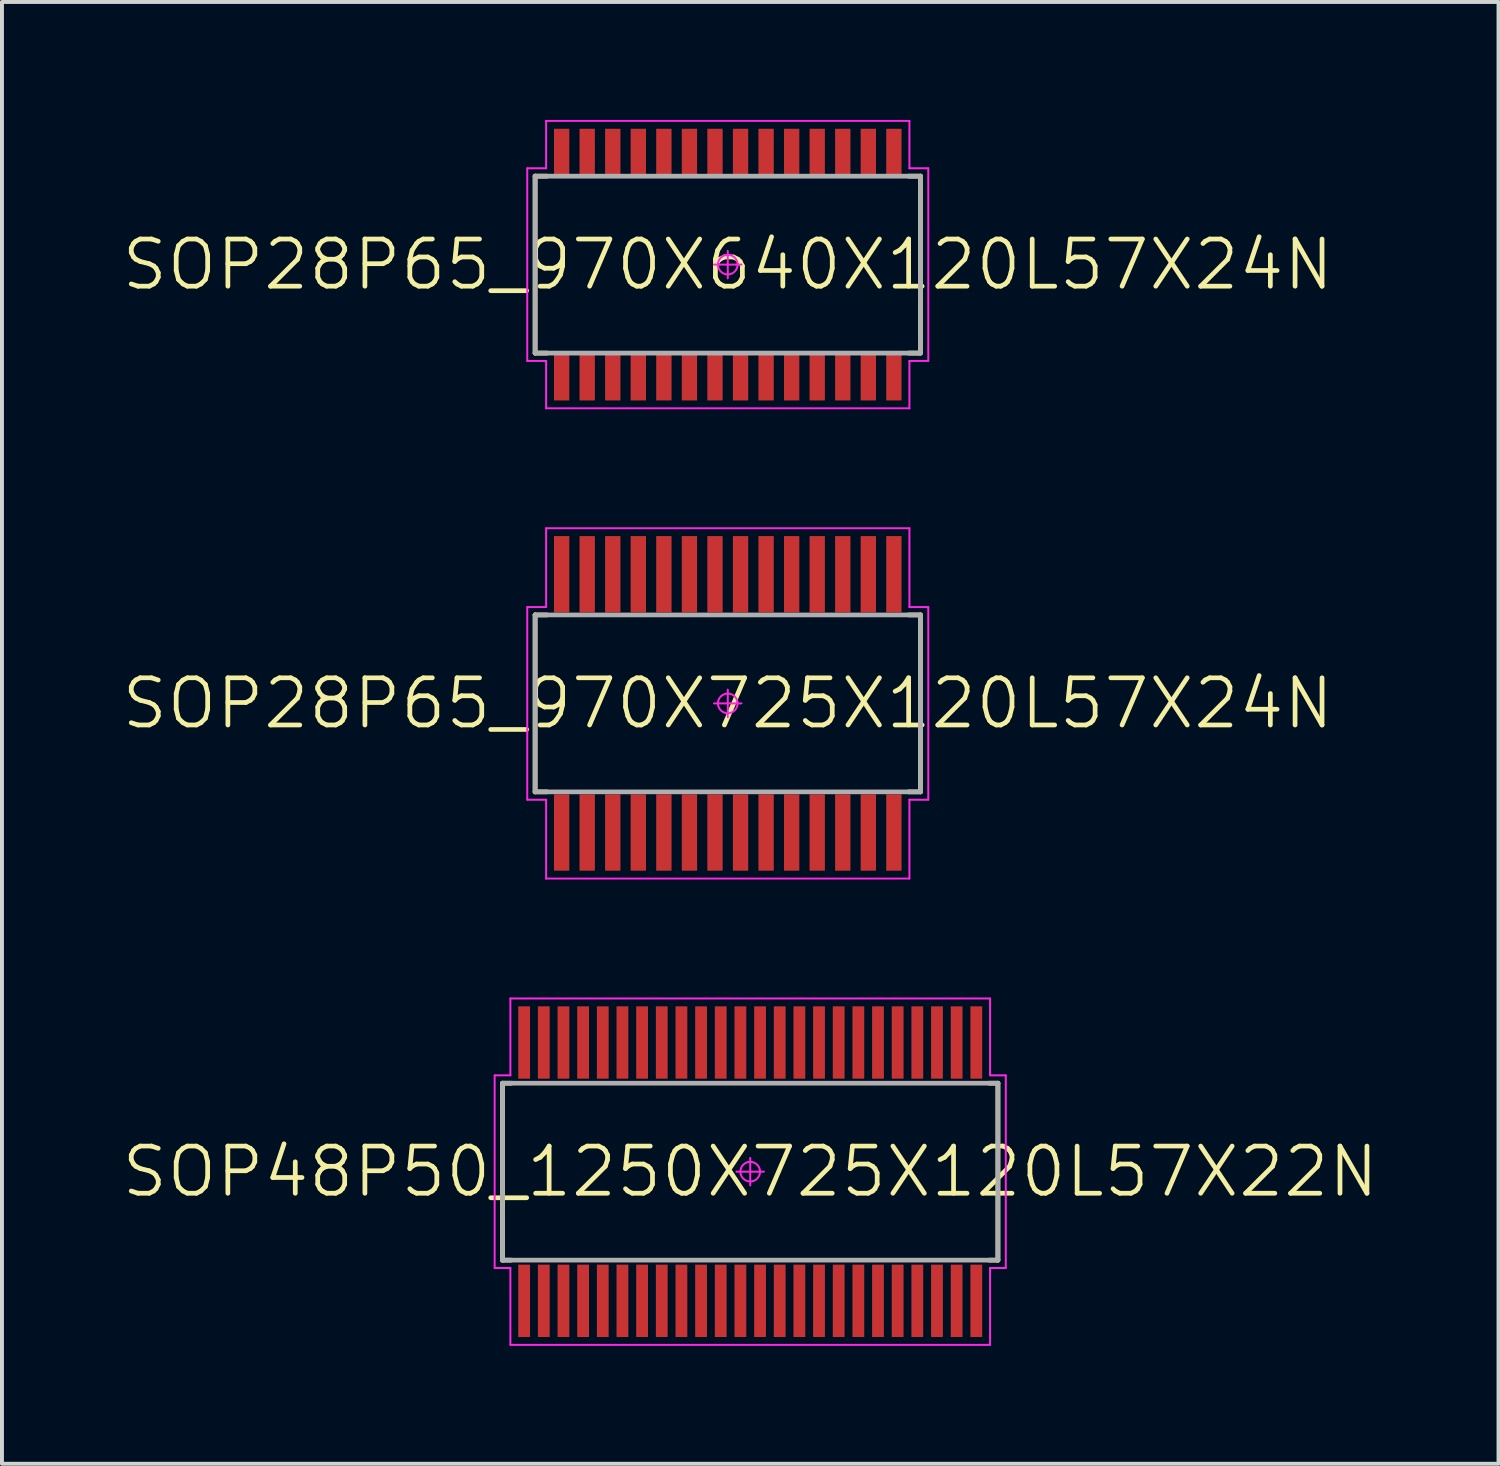
<source format=kicad_pcb>
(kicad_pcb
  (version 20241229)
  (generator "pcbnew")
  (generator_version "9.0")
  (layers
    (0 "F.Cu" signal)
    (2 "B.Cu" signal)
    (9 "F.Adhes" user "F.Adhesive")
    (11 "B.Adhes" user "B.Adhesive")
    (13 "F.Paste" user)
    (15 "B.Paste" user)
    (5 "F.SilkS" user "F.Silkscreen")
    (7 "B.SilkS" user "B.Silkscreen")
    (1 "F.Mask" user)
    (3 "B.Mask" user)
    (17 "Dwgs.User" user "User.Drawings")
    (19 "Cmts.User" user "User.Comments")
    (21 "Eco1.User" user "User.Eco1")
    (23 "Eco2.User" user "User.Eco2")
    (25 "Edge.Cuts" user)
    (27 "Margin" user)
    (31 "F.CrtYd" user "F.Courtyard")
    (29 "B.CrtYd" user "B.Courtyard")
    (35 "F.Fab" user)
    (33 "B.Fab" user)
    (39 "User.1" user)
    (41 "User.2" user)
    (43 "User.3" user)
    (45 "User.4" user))
  (footprint "SOP48P50_1250X725X120L57X22N"
    (layer "F.Cu")
    (at 16.031 26.75)
    (property "Reference" "SOP48P50_1250X725X120L57X22N" (at 0 0 0) (layer "F.SilkS") (effects (font (size 1.2 1.2) (thickness 0.12))))
    (attr smd)
    (fp_line (start -6.3 -2.25) (end -6.08 -2.25) (stroke (width 0.12) (type solid)) (layer "F.SilkS"))
    (fp_line (start -6.3 2.25) (end -6.3 -2.25) (stroke (width 0.12) (type solid)) (layer "F.SilkS"))
    (fp_line (start -6.08 2.25) (end -6.3 2.25) (stroke (width 0.12) (type solid)) (layer "F.SilkS"))
    (fp_line (start 6.08 2.25) (end 6.3 2.25) (stroke (width 0.12) (type solid)) (layer "F.SilkS"))
    (fp_line (start 6.3 -2.25) (end 6.08 -2.25) (stroke (width 0.12) (type solid)) (layer "F.SilkS"))
    (fp_line (start 6.3 2.25) (end 6.3 -2.25) (stroke (width 0.12) (type solid)) (layer "F.SilkS"))
    (fp_line (start -6.5 -2.45) (end -6.5 2.45) (stroke (width 0.05) (type solid)) (layer "F.CrtYd"))
    (fp_line (start -6.5 2.45) (end -6.1 2.45) (stroke (width 0.05) (type solid)) (layer "F.CrtYd"))
    (fp_line (start -6.1 -4.405) (end -6.1 -2.45) (stroke (width 0.05) (type solid)) (layer "F.CrtYd"))
    (fp_line (start -6.1 -2.45) (end -6.5 -2.45) (stroke (width 0.05) (type solid)) (layer "F.CrtYd"))
    (fp_line (start -6.1 2.45) (end -6.1 4.405) (stroke (width 0.05) (type solid)) (layer "F.CrtYd"))
    (fp_line (start -6.1 4.405) (end 6.1 4.405) (stroke (width 0.05) (type solid)) (layer "F.CrtYd"))
    (fp_line (start -0.35 0) (end 0.35 0) (stroke (width 0.05) (type solid)) (layer "F.CrtYd"))
    (fp_line (start 0 -0.35) (end 0 0.35) (stroke (width 0.05) (type solid)) (layer "F.CrtYd"))
    (fp_line (start 6.1 -4.405) (end -6.1 -4.405) (stroke (width 0.05) (type solid)) (layer "F.CrtYd"))
    (fp_line (start 6.1 -2.45) (end 6.1 -4.405) (stroke (width 0.05) (type solid)) (layer "F.CrtYd"))
    (fp_line (start 6.1 2.45) (end 6.5 2.45) (stroke (width 0.05) (type solid)) (layer "F.CrtYd"))
    (fp_line (start 6.1 4.405) (end 6.1 2.45) (stroke (width 0.05) (type solid)) (layer "F.CrtYd"))
    (fp_line (start 6.5 -2.45) (end 6.1 -2.45) (stroke (width 0.05) (type solid)) (layer "F.CrtYd"))
    (fp_line (start 6.5 2.45) (end 6.5 -2.45) (stroke (width 0.05) (type solid)) (layer "F.CrtYd"))
    (fp_circle (center 0 0) (end 0 0.25) (stroke (width 0.05) (type solid)) (fill no) (layer "F.CrtYd"))
    (fp_line (start -6.3 -2.25) (end 6.3 -2.25) (stroke (width 0.12) (type solid)) (layer "F.Fab"))
    (fp_line (start -6.3 2.25) (end -6.3 -2.25) (stroke (width 0.12) (type solid)) (layer "F.Fab"))
    (fp_line (start 6.3 -2.25) (end 6.3 2.25) (stroke (width 0.12) (type solid)) (layer "F.Fab"))
    (fp_line (start 6.3 2.25) (end -6.3 2.25) (stroke (width 0.12) (type solid)) (layer "F.Fab"))
    (pad "1" smd rect (at -5.75 3.285 90) (size 1.84 0.3) (layers "F.Cu" "F.Mask" "F.Paste"))
    (pad "2" smd rect (at -5.25 3.285 90) (size 1.84 0.3) (layers "F.Cu" "F.Mask" "F.Paste"))
    (pad "3" smd rect (at -4.75 3.285 90) (size 1.84 0.3) (layers "F.Cu" "F.Mask" "F.Paste"))
    (pad "4" smd rect (at -4.25 3.285 90) (size 1.84 0.3) (layers "F.Cu" "F.Mask" "F.Paste"))
    (pad "5" smd rect (at -3.75 3.285 90) (size 1.84 0.3) (layers "F.Cu" "F.Mask" "F.Paste"))
    (pad "6" smd rect (at -3.25 3.285 90) (size 1.84 0.3) (layers "F.Cu" "F.Mask" "F.Paste"))
    (pad "7" smd rect (at -2.75 3.285 90) (size 1.84 0.3) (layers "F.Cu" "F.Mask" "F.Paste"))
    (pad "8" smd rect (at -2.25 3.285 90) (size 1.84 0.3) (layers "F.Cu" "F.Mask" "F.Paste"))
    (pad "9" smd rect (at -1.75 3.285 90) (size 1.84 0.3) (layers "F.Cu" "F.Mask" "F.Paste"))
    (pad "10" smd rect (at -1.25 3.285 90) (size 1.84 0.3) (layers "F.Cu" "F.Mask" "F.Paste"))
    (pad "11" smd rect (at -0.75 3.285 90) (size 1.84 0.3) (layers "F.Cu" "F.Mask" "F.Paste"))
    (pad "12" smd rect (at -0.25 3.285 90) (size 1.84 0.3) (layers "F.Cu" "F.Mask" "F.Paste"))
    (pad "13" smd rect (at 0.25 3.285 90) (size 1.84 0.3) (layers "F.Cu" "F.Mask" "F.Paste"))
    (pad "14" smd rect (at 0.75 3.285 90) (size 1.84 0.3) (layers "F.Cu" "F.Mask" "F.Paste"))
    (pad "15" smd rect (at 1.25 3.285 90) (size 1.84 0.3) (layers "F.Cu" "F.Mask" "F.Paste"))
    (pad "16" smd rect (at 1.75 3.285 90) (size 1.84 0.3) (layers "F.Cu" "F.Mask" "F.Paste"))
    (pad "17" smd rect (at 2.25 3.285 90) (size 1.84 0.3) (layers "F.Cu" "F.Mask" "F.Paste"))
    (pad "18" smd rect (at 2.75 3.285 90) (size 1.84 0.3) (layers "F.Cu" "F.Mask" "F.Paste"))
    (pad "19" smd rect (at 3.25 3.285 90) (size 1.84 0.3) (layers "F.Cu" "F.Mask" "F.Paste"))
    (pad "20" smd rect (at 3.75 3.285 90) (size 1.84 0.3) (layers "F.Cu" "F.Mask" "F.Paste"))
    (pad "21" smd rect (at 4.25 3.285 90) (size 1.84 0.3) (layers "F.Cu" "F.Mask" "F.Paste"))
    (pad "22" smd rect (at 4.75 3.285 90) (size 1.84 0.3) (layers "F.Cu" "F.Mask" "F.Paste"))
    (pad "23" smd rect (at 5.25 3.285 90) (size 1.84 0.3) (layers "F.Cu" "F.Mask" "F.Paste"))
    (pad "24" smd rect (at 5.75 3.285 90) (size 1.84 0.3) (layers "F.Cu" "F.Mask" "F.Paste"))
    (pad "25" smd rect (at 5.75 -3.285 90) (size 1.84 0.3) (layers "F.Cu" "F.Mask" "F.Paste"))
    (pad "26" smd rect (at 5.25 -3.285 90) (size 1.84 0.3) (layers "F.Cu" "F.Mask" "F.Paste"))
    (pad "27" smd rect (at 4.75 -3.285 90) (size 1.84 0.3) (layers "F.Cu" "F.Mask" "F.Paste"))
    (pad "28" smd rect (at 4.25 -3.285 90) (size 1.84 0.3) (layers "F.Cu" "F.Mask" "F.Paste"))
    (pad "29" smd rect (at 3.75 -3.285 90) (size 1.84 0.3) (layers "F.Cu" "F.Mask" "F.Paste"))
    (pad "30" smd rect (at 3.25 -3.285 90) (size 1.84 0.3) (layers "F.Cu" "F.Mask" "F.Paste"))
    (pad "31" smd rect (at 2.75 -3.285 90) (size 1.84 0.3) (layers "F.Cu" "F.Mask" "F.Paste"))
    (pad "32" smd rect (at 2.25 -3.285 90) (size 1.84 0.3) (layers "F.Cu" "F.Mask" "F.Paste"))
    (pad "33" smd rect (at 1.75 -3.285 90) (size 1.84 0.3) (layers "F.Cu" "F.Mask" "F.Paste"))
    (pad "34" smd rect (at 1.25 -3.285 90) (size 1.84 0.3) (layers "F.Cu" "F.Mask" "F.Paste"))
    (pad "35" smd rect (at 0.75 -3.285 90) (size 1.84 0.3) (layers "F.Cu" "F.Mask" "F.Paste"))
    (pad "36" smd rect (at 0.25 -3.285 90) (size 1.84 0.3) (layers "F.Cu" "F.Mask" "F.Paste"))
    (pad "37" smd rect (at -0.25 -3.285 90) (size 1.84 0.3) (layers "F.Cu" "F.Mask" "F.Paste"))
    (pad "38" smd rect (at -0.75 -3.285 90) (size 1.84 0.3) (layers "F.Cu" "F.Mask" "F.Paste"))
    (pad "39" smd rect (at -1.25 -3.285 90) (size 1.84 0.3) (layers "F.Cu" "F.Mask" "F.Paste"))
    (pad "40" smd rect (at -1.75 -3.285 90) (size 1.84 0.3) (layers "F.Cu" "F.Mask" "F.Paste"))
    (pad "41" smd rect (at -2.25 -3.285 90) (size 1.84 0.3) (layers "F.Cu" "F.Mask" "F.Paste"))
    (pad "42" smd rect (at -2.75 -3.285 90) (size 1.84 0.3) (layers "F.Cu" "F.Mask" "F.Paste"))
    (pad "43" smd rect (at -3.25 -3.285 90) (size 1.84 0.3) (layers "F.Cu" "F.Mask" "F.Paste"))
    (pad "44" smd rect (at -3.75 -3.285 90) (size 1.84 0.3) (layers "F.Cu" "F.Mask" "F.Paste"))
    (pad "45" smd rect (at -4.25 -3.285 90) (size 1.84 0.3) (layers "F.Cu" "F.Mask" "F.Paste"))
    (pad "46" smd rect (at -4.75 -3.285 90) (size 1.84 0.3) (layers "F.Cu" "F.Mask" "F.Paste"))
    (pad "47" smd rect (at -5.25 -3.285 90) (size 1.84 0.3) (layers "F.Cu" "F.Mask" "F.Paste"))
    (pad "48" smd rect (at -5.75 -3.285 90) (size 1.84 0.3) (layers "F.Cu" "F.Mask" "F.Paste")))
  (footprint "SOP28P65_970X640X120L57X24N"
    (layer "F.Cu")
    (at 15.46 3.68)
    (property "Reference" "SOP28P65_970X640X120L57X24N" (at 0 0 0) (layer "F.SilkS") (effects (font (size 1.2 1.2) (thickness 0.12))))
    (attr smd)
    (fp_line (start -4.9 -2.25) (end -4.6 -2.25) (stroke (width 0.12) (type solid)) (layer "F.SilkS"))
    (fp_line (start -4.9 2.25) (end -4.9 -2.25) (stroke (width 0.12) (type solid)) (layer "F.SilkS"))
    (fp_line (start -4.6 2.25) (end -4.9 2.25) (stroke (width 0.12) (type solid)) (layer "F.SilkS"))
    (fp_line (start 4.6 2.25) (end 4.9 2.25) (stroke (width 0.12) (type solid)) (layer "F.SilkS"))
    (fp_line (start 4.9 -2.25) (end 4.6 -2.25) (stroke (width 0.12) (type solid)) (layer "F.SilkS"))
    (fp_line (start 4.9 2.25) (end 4.9 -2.25) (stroke (width 0.12) (type solid)) (layer "F.SilkS"))
    (fp_line (start -5.1 -2.45) (end -5.1 2.45) (stroke (width 0.05) (type solid)) (layer "F.CrtYd"))
    (fp_line (start -5.1 2.45) (end -4.62 2.45) (stroke (width 0.05) (type solid)) (layer "F.CrtYd"))
    (fp_line (start -4.62 -3.655) (end -4.62 -2.45) (stroke (width 0.05) (type solid)) (layer "F.CrtYd"))
    (fp_line (start -4.62 -2.45) (end -5.1 -2.45) (stroke (width 0.05) (type solid)) (layer "F.CrtYd"))
    (fp_line (start -4.62 2.45) (end -4.62 3.655) (stroke (width 0.05) (type solid)) (layer "F.CrtYd"))
    (fp_line (start -4.62 3.655) (end 4.62 3.655) (stroke (width 0.05) (type solid)) (layer "F.CrtYd"))
    (fp_line (start -0.35 0) (end 0.35 0) (stroke (width 0.05) (type solid)) (layer "F.CrtYd"))
    (fp_line (start 0 -0.35) (end 0 0.35) (stroke (width 0.05) (type solid)) (layer "F.CrtYd"))
    (fp_line (start 4.62 -3.655) (end -4.62 -3.655) (stroke (width 0.05) (type solid)) (layer "F.CrtYd"))
    (fp_line (start 4.62 -2.45) (end 4.62 -3.655) (stroke (width 0.05) (type solid)) (layer "F.CrtYd"))
    (fp_line (start 4.62 2.45) (end 5.1 2.45) (stroke (width 0.05) (type solid)) (layer "F.CrtYd"))
    (fp_line (start 4.62 3.655) (end 4.62 2.45) (stroke (width 0.05) (type solid)) (layer "F.CrtYd"))
    (fp_line (start 5.1 -2.45) (end 4.62 -2.45) (stroke (width 0.05) (type solid)) (layer "F.CrtYd"))
    (fp_line (start 5.1 2.45) (end 5.1 -2.45) (stroke (width 0.05) (type solid)) (layer "F.CrtYd"))
    (fp_circle (center 0 0) (end 0 0.25) (stroke (width 0.05) (type solid)) (fill no) (layer "F.CrtYd"))
    (fp_line (start -4.9 -2.25) (end 4.9 -2.25) (stroke (width 0.12) (type solid)) (layer "F.Fab"))
    (fp_line (start -4.9 2.25) (end -4.9 -2.25) (stroke (width 0.12) (type solid)) (layer "F.Fab"))
    (fp_line (start 4.9 -2.25) (end 4.9 2.25) (stroke (width 0.12) (type solid)) (layer "F.Fab"))
    (fp_line (start 4.9 2.25) (end -4.9 2.25) (stroke (width 0.12) (type solid)) (layer "F.Fab"))
    (pad "1" smd rect (at -4.225 2.84 90) (size 1.23 0.39) (layers "F.Cu" "F.Mask" "F.Paste"))
    (pad "2" smd rect (at -3.575 2.84 90) (size 1.23 0.39) (layers "F.Cu" "F.Mask" "F.Paste"))
    (pad "3" smd rect (at -2.925 2.84 90) (size 1.23 0.39) (layers "F.Cu" "F.Mask" "F.Paste"))
    (pad "4" smd rect (at -2.275 2.84 90) (size 1.23 0.39) (layers "F.Cu" "F.Mask" "F.Paste"))
    (pad "5" smd rect (at -1.625 2.84 90) (size 1.23 0.39) (layers "F.Cu" "F.Mask" "F.Paste"))
    (pad "6" smd rect (at -0.975 2.84 90) (size 1.23 0.39) (layers "F.Cu" "F.Mask" "F.Paste"))
    (pad "7" smd rect (at -0.325 2.84 90) (size 1.23 0.39) (layers "F.Cu" "F.Mask" "F.Paste"))
    (pad "8" smd rect (at 0.325 2.84 90) (size 1.23 0.39) (layers "F.Cu" "F.Mask" "F.Paste"))
    (pad "9" smd rect (at 0.975 2.84 90) (size 1.23 0.39) (layers "F.Cu" "F.Mask" "F.Paste"))
    (pad "10" smd rect (at 1.625 2.84 90) (size 1.23 0.39) (layers "F.Cu" "F.Mask" "F.Paste"))
    (pad "11" smd rect (at 2.275 2.84 90) (size 1.23 0.39) (layers "F.Cu" "F.Mask" "F.Paste"))
    (pad "12" smd rect (at 2.925 2.84 90) (size 1.23 0.39) (layers "F.Cu" "F.Mask" "F.Paste"))
    (pad "13" smd rect (at 3.575 2.84 90) (size 1.23 0.39) (layers "F.Cu" "F.Mask" "F.Paste"))
    (pad "14" smd rect (at 4.225 2.84 90) (size 1.23 0.39) (layers "F.Cu" "F.Mask" "F.Paste"))
    (pad "15" smd rect (at 4.225 -2.84 90) (size 1.23 0.39) (layers "F.Cu" "F.Mask" "F.Paste"))
    (pad "16" smd rect (at 3.575 -2.84 90) (size 1.23 0.39) (layers "F.Cu" "F.Mask" "F.Paste"))
    (pad "17" smd rect (at 2.925 -2.84 90) (size 1.23 0.39) (layers "F.Cu" "F.Mask" "F.Paste"))
    (pad "18" smd rect (at 2.275 -2.84 90) (size 1.23 0.39) (layers "F.Cu" "F.Mask" "F.Paste"))
    (pad "19" smd rect (at 1.625 -2.84 90) (size 1.23 0.39) (layers "F.Cu" "F.Mask" "F.Paste"))
    (pad "20" smd rect (at 0.975 -2.84 90) (size 1.23 0.39) (layers "F.Cu" "F.Mask" "F.Paste"))
    (pad "21" smd rect (at 0.325 -2.84 90) (size 1.23 0.39) (layers "F.Cu" "F.Mask" "F.Paste"))
    (pad "22" smd rect (at -0.325 -2.84 90) (size 1.23 0.39) (layers "F.Cu" "F.Mask" "F.Paste"))
    (pad "23" smd rect (at -0.975 -2.84 90) (size 1.23 0.39) (layers "F.Cu" "F.Mask" "F.Paste"))
    (pad "24" smd rect (at -1.625 -2.84 90) (size 1.23 0.39) (layers "F.Cu" "F.Mask" "F.Paste"))
    (pad "25" smd rect (at -2.275 -2.84 90) (size 1.23 0.39) (layers "F.Cu" "F.Mask" "F.Paste"))
    (pad "26" smd rect (at -2.925 -2.84 90) (size 1.23 0.39) (layers "F.Cu" "F.Mask" "F.Paste"))
    (pad "27" smd rect (at -3.575 -2.84 90) (size 1.23 0.39) (layers "F.Cu" "F.Mask" "F.Paste"))
    (pad "28" smd rect (at -4.225 -2.84 90) (size 1.23 0.39) (layers "F.Cu" "F.Mask" "F.Paste")))
  (footprint "SOP28P65_970X725X120L57X24N"
    (layer "F.Cu")
    (at 15.46 14.84)
    (property "Reference" "SOP28P65_970X725X120L57X24N" (at 0 0 0) (layer "F.SilkS") (effects (font (size 1.2 1.2) (thickness 0.12))))
    (attr smd)
    (fp_line (start -4.9 -2.25) (end -4.6 -2.25) (stroke (width 0.12) (type solid)) (layer "F.SilkS"))
    (fp_line (start -4.9 2.25) (end -4.9 -2.25) (stroke (width 0.12) (type solid)) (layer "F.SilkS"))
    (fp_line (start -4.6 2.25) (end -4.9 2.25) (stroke (width 0.12) (type solid)) (layer "F.SilkS"))
    (fp_line (start 4.6 2.25) (end 4.9 2.25) (stroke (width 0.12) (type solid)) (layer "F.SilkS"))
    (fp_line (start 4.9 -2.25) (end 4.6 -2.25) (stroke (width 0.12) (type solid)) (layer "F.SilkS"))
    (fp_line (start 4.9 2.25) (end 4.9 -2.25) (stroke (width 0.12) (type solid)) (layer "F.SilkS"))
    (fp_line (start -5.1 -2.45) (end -5.1 2.45) (stroke (width 0.05) (type solid)) (layer "F.CrtYd"))
    (fp_line (start -5.1 2.45) (end -4.62 2.45) (stroke (width 0.05) (type solid)) (layer "F.CrtYd"))
    (fp_line (start -4.62 -4.455) (end -4.62 -2.45) (stroke (width 0.05) (type solid)) (layer "F.CrtYd"))
    (fp_line (start -4.62 -2.45) (end -5.1 -2.45) (stroke (width 0.05) (type solid)) (layer "F.CrtYd"))
    (fp_line (start -4.62 2.45) (end -4.62 4.455) (stroke (width 0.05) (type solid)) (layer "F.CrtYd"))
    (fp_line (start -4.62 4.455) (end 4.62 4.455) (stroke (width 0.05) (type solid)) (layer "F.CrtYd"))
    (fp_line (start -0.35 0) (end 0.35 0) (stroke (width 0.05) (type solid)) (layer "F.CrtYd"))
    (fp_line (start 0 -0.35) (end 0 0.35) (stroke (width 0.05) (type solid)) (layer "F.CrtYd"))
    (fp_line (start 4.62 -4.455) (end -4.62 -4.455) (stroke (width 0.05) (type solid)) (layer "F.CrtYd"))
    (fp_line (start 4.62 -2.45) (end 4.62 -4.455) (stroke (width 0.05) (type solid)) (layer "F.CrtYd"))
    (fp_line (start 4.62 2.45) (end 5.1 2.45) (stroke (width 0.05) (type solid)) (layer "F.CrtYd"))
    (fp_line (start 4.62 4.455) (end 4.62 2.45) (stroke (width 0.05) (type solid)) (layer "F.CrtYd"))
    (fp_line (start 5.1 -2.45) (end 4.62 -2.45) (stroke (width 0.05) (type solid)) (layer "F.CrtYd"))
    (fp_line (start 5.1 2.45) (end 5.1 -2.45) (stroke (width 0.05) (type solid)) (layer "F.CrtYd"))
    (fp_circle (center 0 0) (end 0 0.25) (stroke (width 0.05) (type solid)) (fill no) (layer "F.CrtYd"))
    (fp_line (start -4.9 -2.25) (end 4.9 -2.25) (stroke (width 0.12) (type solid)) (layer "F.Fab"))
    (fp_line (start -4.9 2.25) (end -4.9 -2.25) (stroke (width 0.12) (type solid)) (layer "F.Fab"))
    (fp_line (start 4.9 -2.25) (end 4.9 2.25) (stroke (width 0.12) (type solid)) (layer "F.Fab"))
    (fp_line (start 4.9 2.25) (end -4.9 2.25) (stroke (width 0.12) (type solid)) (layer "F.Fab"))
    (pad "1" smd rect (at -4.225 3.285 90) (size 1.94 0.39) (layers "F.Cu" "F.Mask" "F.Paste"))
    (pad "2" smd rect (at -3.575 3.285 90) (size 1.94 0.39) (layers "F.Cu" "F.Mask" "F.Paste"))
    (pad "3" smd rect (at -2.925 3.285 90) (size 1.94 0.39) (layers "F.Cu" "F.Mask" "F.Paste"))
    (pad "4" smd rect (at -2.275 3.285 90) (size 1.94 0.39) (layers "F.Cu" "F.Mask" "F.Paste"))
    (pad "5" smd rect (at -1.625 3.285 90) (size 1.94 0.39) (layers "F.Cu" "F.Mask" "F.Paste"))
    (pad "6" smd rect (at -0.975 3.285 90) (size 1.94 0.39) (layers "F.Cu" "F.Mask" "F.Paste"))
    (pad "7" smd rect (at -0.325 3.285 90) (size 1.94 0.39) (layers "F.Cu" "F.Mask" "F.Paste"))
    (pad "8" smd rect (at 0.325 3.285 90) (size 1.94 0.39) (layers "F.Cu" "F.Mask" "F.Paste"))
    (pad "9" smd rect (at 0.975 3.285 90) (size 1.94 0.39) (layers "F.Cu" "F.Mask" "F.Paste"))
    (pad "10" smd rect (at 1.625 3.285 90) (size 1.94 0.39) (layers "F.Cu" "F.Mask" "F.Paste"))
    (pad "11" smd rect (at 2.275 3.285 90) (size 1.94 0.39) (layers "F.Cu" "F.Mask" "F.Paste"))
    (pad "12" smd rect (at 2.925 3.285 90) (size 1.94 0.39) (layers "F.Cu" "F.Mask" "F.Paste"))
    (pad "13" smd rect (at 3.575 3.285 90) (size 1.94 0.39) (layers "F.Cu" "F.Mask" "F.Paste"))
    (pad "14" smd rect (at 4.225 3.285 90) (size 1.94 0.39) (layers "F.Cu" "F.Mask" "F.Paste"))
    (pad "15" smd rect (at 4.225 -3.285 90) (size 1.94 0.39) (layers "F.Cu" "F.Mask" "F.Paste"))
    (pad "16" smd rect (at 3.575 -3.285 90) (size 1.94 0.39) (layers "F.Cu" "F.Mask" "F.Paste"))
    (pad "17" smd rect (at 2.925 -3.285 90) (size 1.94 0.39) (layers "F.Cu" "F.Mask" "F.Paste"))
    (pad "18" smd rect (at 2.275 -3.285 90) (size 1.94 0.39) (layers "F.Cu" "F.Mask" "F.Paste"))
    (pad "19" smd rect (at 1.625 -3.285 90) (size 1.94 0.39) (layers "F.Cu" "F.Mask" "F.Paste"))
    (pad "20" smd rect (at 0.975 -3.285 90) (size 1.94 0.39) (layers "F.Cu" "F.Mask" "F.Paste"))
    (pad "21" smd rect (at 0.325 -3.285 90) (size 1.94 0.39) (layers "F.Cu" "F.Mask" "F.Paste"))
    (pad "22" smd rect (at -0.325 -3.285 90) (size 1.94 0.39) (layers "F.Cu" "F.Mask" "F.Paste"))
    (pad "23" smd rect (at -0.975 -3.285 90) (size 1.94 0.39) (layers "F.Cu" "F.Mask" "F.Paste"))
    (pad "24" smd rect (at -1.625 -3.285 90) (size 1.94 0.39) (layers "F.Cu" "F.Mask" "F.Paste"))
    (pad "25" smd rect (at -2.275 -3.285 90) (size 1.94 0.39) (layers "F.Cu" "F.Mask" "F.Paste"))
    (pad "26" smd rect (at -2.925 -3.285 90) (size 1.94 0.39) (layers "F.Cu" "F.Mask" "F.Paste"))
    (pad "27" smd rect (at -3.575 -3.285 90) (size 1.94 0.39) (layers "F.Cu" "F.Mask" "F.Paste"))
    (pad "28" smd rect (at -4.225 -3.285 90) (size 1.94 0.39) (layers "F.Cu" "F.Mask" "F.Paste")))
  (gr_rect
    (start -3 -3)
    (end 35.063 34.18)
    (stroke (width 0.1) (type default))
    (fill no)
    (layer "Edge.Cuts")))
</source>
